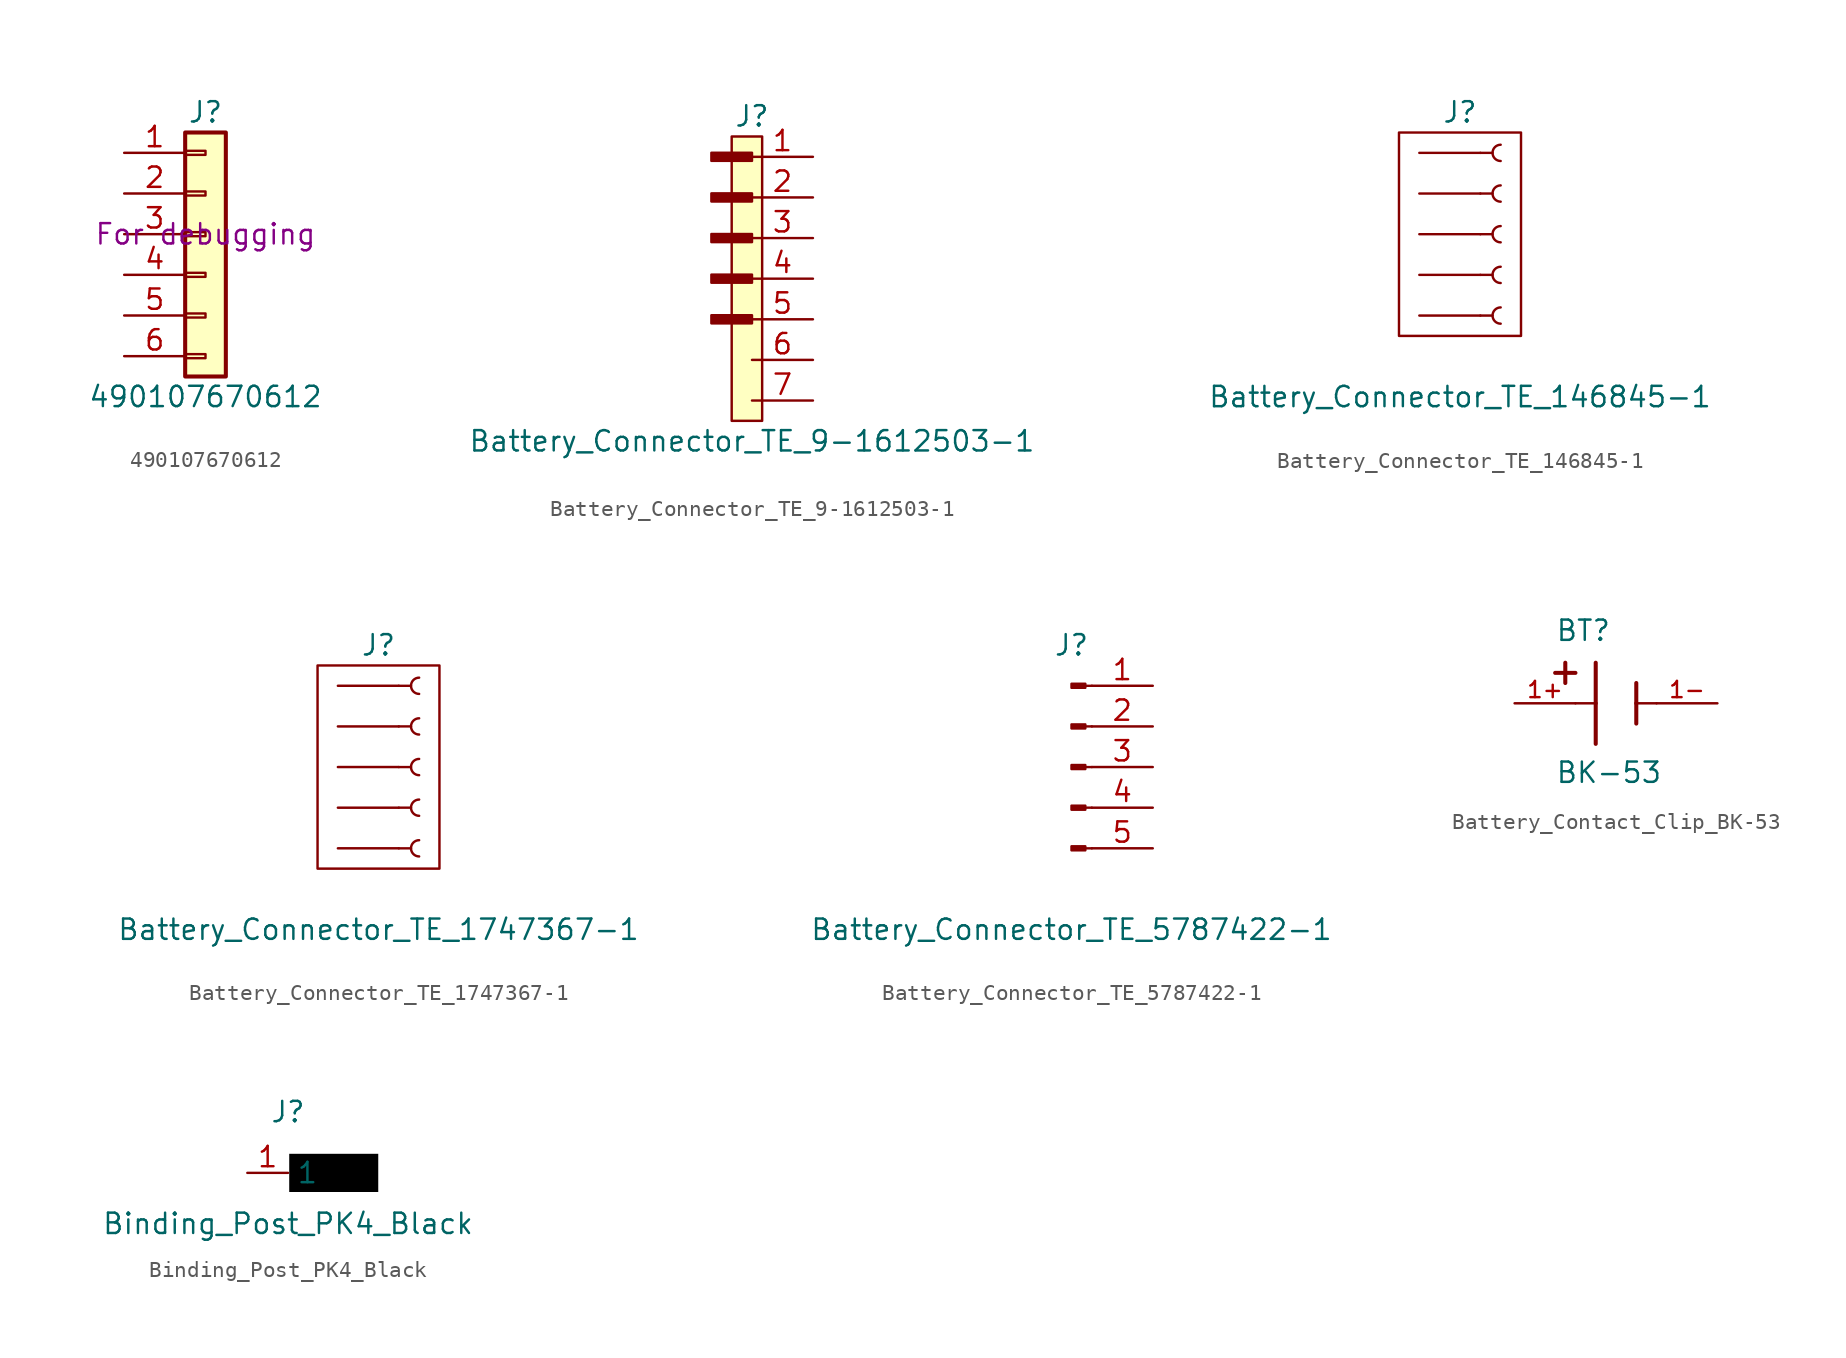
<source format=kicad_sym>
(kicad_symbol_lib
  (version 20220914)
  (generator kicad_symbol_editor)
  (symbol "490107670612"
    (pin_names
      (offset 1.016) hide)
    (property "Reference" "J"
      (at 0 7.62 0)
      (effects (font (size 1.27 1.27))))
    (property "Value" "490107670612"
      (at 0 -10.16 0)
      (effects (font (size 1.27 1.27))))
    (property "Info" "For debugging"
      (at 0 0 0)
      (effects (font (size 1.27 1.27))))
    (symbol "490107670612_1_1"
      (rectangle (start -1.27 -7.493) (end 0 -7.747) (stroke (width 0.152) (type default)) (fill (type none)))
      (rectangle (start -1.27 -4.953) (end 0 -5.207) (stroke (width 0.152) (type default)) (fill (type none)))
      (rectangle (start -1.27 -2.413) (end 0 -2.667) (stroke (width 0.152) (type default)) (fill (type none)))
      (rectangle (start -1.27 0.127) (end 0 -0.127) (stroke (width 0.152) (type default)) (fill (type none)))
      (rectangle (start -1.27 2.667) (end 0 2.413) (stroke (width 0.152) (type default)) (fill (type none)))
      (rectangle (start -1.27 5.207) (end 0 4.953) (stroke (width 0.152) (type default)) (fill (type none)))
      (rectangle (start -1.27 6.35) (end 1.27 -8.89) (stroke (width 0.254) (type default)) (fill (type background)))
      (pin passive line (at -5.08 5.08 0) (length 3.81) (name "Pin_1" (effects (font (size 1.27 1.27)))) (number "1" (effects (font (size 1.27 1.27)))))
      (pin passive line (at -5.08 2.54 0) (length 3.81) (name "Pin_2" (effects (font (size 1.27 1.27)))) (number "2" (effects (font (size 1.27 1.27)))))
      (pin passive line (at -5.08 0 0) (length 3.81) (name "Pin_3" (effects (font (size 1.27 1.27)))) (number "3" (effects (font (size 1.27 1.27)))))
      (pin passive line (at -5.08 -2.54 0) (length 3.81) (name "Pin_4" (effects (font (size 1.27 1.27)))) (number "4" (effects (font (size 1.27 1.27)))))
      (pin passive line (at -5.08 -5.08 0) (length 3.81) (name "Pin_5" (effects (font (size 1.27 1.27)))) (number "5" (effects (font (size 1.27 1.27)))))
      (pin passive line (at -5.08 -7.62 0) (length 3.81) (name "Pin_6" (effects (font (size 1.27 1.27)))) (number "6" (effects (font (size 1.27 1.27)))))))
  (symbol "Battery_Connector_TE_9-1612503-1"
    (pin_names
      (offset 1.016) hide)
    (property "Reference" "J"
      (at 0 10.16 0)
      (effects (font (size 1.27 1.27))))
    (property "Value" "Battery_Connector_TE_9-1612503-1"
      (at 0 -10.16 0)
      (effects (font (size 1.27 1.27))))
    (symbol "Battery_Connector_TE_9-1612503-1_0_1"
      (rectangle (start -1.27 8.89) (end 0.635 -8.89) (stroke (width 0) (type default)) (fill (type background))))
    (symbol "Battery_Connector_TE_9-1612503-1_1_1"
      (rectangle (start -2.54 -2.286) (end 0 -2.794) (stroke (width 0.152) (type default)) (fill (type outline)))
      (rectangle (start -2.54 0.254) (end 0 -0.254) (stroke (width 0.152) (type default)) (fill (type outline)))
      (rectangle (start -2.54 2.794) (end 0 2.286) (stroke (width 0.152) (type default)) (fill (type outline)))
      (rectangle (start -2.54 5.334) (end 0 4.826) (stroke (width 0.152) (type default)) (fill (type outline)))
      (rectangle (start -2.54 7.874) (end 0 7.366) (stroke (width 0.152) (type default)) (fill (type outline)))
      (pin passive line (at 3.81 7.62 180) (length 3.81) (name "Pin_1" (effects (font (size 1.27 1.27)))) (number "1" (effects (font (size 1.27 1.27)))))
      (pin passive line (at 3.81 5.08 180) (length 3.81) (name "Pin_2" (effects (font (size 1.27 1.27)))) (number "2" (effects (font (size 1.27 1.27)))))
      (pin passive line (at 3.81 2.54 180) (length 3.81) (name "Pin_3" (effects (font (size 1.27 1.27)))) (number "3" (effects (font (size 1.27 1.27)))))
      (pin passive line (at 3.81 0 180) (length 3.81) (name "Pin_4" (effects (font (size 1.27 1.27)))) (number "4" (effects (font (size 1.27 1.27)))))
      (pin passive line (at 3.81 -2.54 180) (length 3.81) (name "Pin_5" (effects (font (size 1.27 1.27)))) (number "5" (effects (font (size 1.27 1.27)))))
      (pin passive line (at 3.81 -5.08 180) (length 3.81) (name "MP1" (effects (font (size 1.27 1.27)))) (number "6" (effects (font (size 1.27 1.27)))))
      (pin passive line (at 3.81 -7.62 180) (length 3.81) (name "MP2" (effects (font (size 1.27 1.27)))) (number "7" (effects (font (size 1.27 1.27)))))))
  (symbol "Battery_Connector_TE_146845-1"
    (pin_names
      (offset 1.016) hide)
    (property "Reference" "J"
      (at 0 7.62 0)
      (effects (font (size 1.27 1.27))))
    (property "Value" "Battery_Connector_TE_146845-1"
      (at 0 -10.16 0)
      (effects (font (size 1.27 1.27))))
    (symbol "Battery_Connector_TE_146845-1_0_1"
      (rectangle (start -3.81 6.35) (end 3.81 -6.35) (stroke (width 0) (type default)) (fill (type none)))
      (polyline (pts (xy 1.27 -5.08) (xy -2.54 -5.08)) (stroke (width 0) (type default)) (fill (type none)))
      (polyline (pts (xy 1.27 -2.54) (xy -2.54 -2.54)) (stroke (width 0) (type default)) (fill (type none)))
      (polyline (pts (xy 1.27 0) (xy -2.54 0)) (stroke (width 0) (type default)) (fill (type none)))
      (polyline (pts (xy 1.27 2.54) (xy -2.54 2.54)) (stroke (width 0) (type default)) (fill (type none)))
      (polyline (pts (xy 1.27 5.08) (xy -2.54 5.08)) (stroke (width 0) (type default)) (fill (type none))))
    (symbol "Battery_Connector_TE_146845-1_1_1"
      (polyline (pts (xy 1.27 -5.08) (xy 2.032 -5.08)) (stroke (width 0.152) (type default)) (fill (type none)))
      (polyline (pts (xy 1.27 -2.54) (xy 2.032 -2.54)) (stroke (width 0.152) (type default)) (fill (type none)))
      (polyline (pts (xy 1.27 0) (xy 2.032 0)) (stroke (width 0.152) (type default)) (fill (type none)))
      (polyline (pts (xy 1.27 2.54) (xy 2.032 2.54)) (stroke (width 0.152) (type default)) (fill (type none)))
      (polyline (pts (xy 1.27 5.08) (xy 2.032 5.08)) (stroke (width 0.152) (type default)) (fill (type none)))
      (arc (start 2.54 -4.572) (mid 2.0342 -5.08) (end 2.54 -5.588) (stroke (width 0.1524) (type default)) (fill (type none)))
      (arc (start 2.54 -2.032) (mid 2.0342 -2.54) (end 2.54 -3.048) (stroke (width 0.1524) (type default)) (fill (type none)))
      (arc (start 2.54 0.508) (mid 2.0342 0) (end 2.54 -0.508) (stroke (width 0.1524) (type default)) (fill (type none)))
      (arc (start 2.54 3.048) (mid 2.0342 2.54) (end 2.54 2.032) (stroke (width 0.1524) (type default)) (fill (type none)))
      (arc (start 2.54 5.588) (mid 2.0342 5.08) (end 2.54 4.572) (stroke (width 0.1524) (type default)) (fill (type none)))))
  (symbol "Battery_Connector_TE_1747367-1"
    (pin_names
      (offset 1.016) hide)
    (property "Reference" "J"
      (at 0 7.62 0)
      (effects (font (size 1.27 1.27))))
    (property "Value" "Battery_Connector_TE_1747367-1"
      (at 0 -10.16 0)
      (effects (font (size 1.27 1.27))))
    (symbol "Battery_Connector_TE_1747367-1_0_1"
      (rectangle (start -3.81 6.35) (end 3.81 -6.35) (stroke (width 0) (type default)) (fill (type none)))
      (polyline (pts (xy 1.27 -5.08) (xy -2.54 -5.08)) (stroke (width 0) (type default)) (fill (type none)))
      (polyline (pts (xy 1.27 -2.54) (xy -2.54 -2.54)) (stroke (width 0) (type default)) (fill (type none)))
      (polyline (pts (xy 1.27 0) (xy -2.54 0)) (stroke (width 0) (type default)) (fill (type none)))
      (polyline (pts (xy 1.27 2.54) (xy -2.54 2.54)) (stroke (width 0) (type default)) (fill (type none)))
      (polyline (pts (xy 1.27 5.08) (xy -2.54 5.08)) (stroke (width 0) (type default)) (fill (type none))))
    (symbol "Battery_Connector_TE_1747367-1_1_1"
      (polyline (pts (xy 1.27 -5.08) (xy 2.032 -5.08)) (stroke (width 0.152) (type default)) (fill (type none)))
      (polyline (pts (xy 1.27 -2.54) (xy 2.032 -2.54)) (stroke (width 0.152) (type default)) (fill (type none)))
      (polyline (pts (xy 1.27 0) (xy 2.032 0)) (stroke (width 0.152) (type default)) (fill (type none)))
      (polyline (pts (xy 1.27 2.54) (xy 2.032 2.54)) (stroke (width 0.152) (type default)) (fill (type none)))
      (polyline (pts (xy 1.27 5.08) (xy 2.032 5.08)) (stroke (width 0.152) (type default)) (fill (type none)))
      (arc (start 2.54 -4.572) (mid 2.0342 -5.08) (end 2.54 -5.588) (stroke (width 0.1524) (type default)) (fill (type none)))
      (arc (start 2.54 -2.032) (mid 2.0342 -2.54) (end 2.54 -3.048) (stroke (width 0.1524) (type default)) (fill (type none)))
      (arc (start 2.54 0.508) (mid 2.0342 0) (end 2.54 -0.508) (stroke (width 0.1524) (type default)) (fill (type none)))
      (arc (start 2.54 3.048) (mid 2.0342 2.54) (end 2.54 2.032) (stroke (width 0.1524) (type default)) (fill (type none)))
      (arc (start 2.54 5.588) (mid 2.0342 5.08) (end 2.54 4.572) (stroke (width 0.1524) (type default)) (fill (type none)))))
  (symbol "Battery_Connector_TE_5787422-1"
    (pin_names
      (offset 1.016) hide)
    (property "Reference" "J"
      (at 0 7.62 0)
      (effects (font (size 1.27 1.27))))
    (property "Value" "Battery_Connector_TE_5787422-1"
      (at 0 -10.16 0)
      (effects (font (size 1.27 1.27))))
    (symbol "Battery_Connector_TE_5787422-1_1_1"
      (polyline (pts (xy 1.27 -5.08) (xy 0.864 -5.08)) (stroke (width 0.152) (type default)) (fill (type none)))
      (polyline (pts (xy 1.27 -2.54) (xy 0.864 -2.54)) (stroke (width 0.152) (type default)) (fill (type none)))
      (polyline (pts (xy 1.27 0) (xy 0.864 0)) (stroke (width 0.152) (type default)) (fill (type none)))
      (polyline (pts (xy 1.27 2.54) (xy 0.864 2.54)) (stroke (width 0.152) (type default)) (fill (type none)))
      (polyline (pts (xy 1.27 5.08) (xy 0.864 5.08)) (stroke (width 0.152) (type default)) (fill (type none)))
      (rectangle (start 0.864 -4.953) (end 0 -5.207) (stroke (width 0.152) (type default)) (fill (type outline)))
      (rectangle (start 0.864 -2.413) (end 0 -2.667) (stroke (width 0.152) (type default)) (fill (type outline)))
      (rectangle (start 0.864 0.127) (end 0 -0.127) (stroke (width 0.152) (type default)) (fill (type outline)))
      (rectangle (start 0.864 2.667) (end 0 2.413) (stroke (width 0.152) (type default)) (fill (type outline)))
      (rectangle (start 0.864 5.207) (end 0 4.953) (stroke (width 0.152) (type default)) (fill (type outline)))
      (pin passive line (at 5.08 5.08 180) (length 3.81) (name "Pin_1" (effects (font (size 1.27 1.27)))) (number "1" (effects (font (size 1.27 1.27)))))
      (pin passive line (at 5.08 2.54 180) (length 3.81) (name "Pin_2" (effects (font (size 1.27 1.27)))) (number "2" (effects (font (size 1.27 1.27)))))
      (pin passive line (at 5.08 0 180) (length 3.81) (name "Pin_3" (effects (font (size 1.27 1.27)))) (number "3" (effects (font (size 1.27 1.27)))))
      (pin passive line (at 5.08 -2.54 180) (length 3.81) (name "Pin_4" (effects (font (size 1.27 1.27)))) (number "4" (effects (font (size 1.27 1.27)))))
      (pin passive line (at 5.08 -5.08 180) (length 3.81) (name "Pin_5" (effects (font (size 1.27 1.27)))) (number "5" (effects (font (size 1.27 1.27)))))))
  (symbol "Battery_Contact_Clip_BK-53"
    (pin_names
      (offset 1.016))
    (property "Reference" "BT"
      (at -3.81 3.81 0)
      (effects (font (size 1.27 1.27)) (justify left bottom)))
    (property "Value" "BK-53"
      (at -3.81 -5.08 0)
      (effects (font (size 1.27 1.27)) (justify left bottom)))
    (symbol "Battery_Contact_Clip_BK-53_0_0"
      (polyline (pts (xy -3.81 1.905) (xy -2.54 1.905)) (stroke (width 0.254) (type default)) (fill (type none)))
      (polyline (pts (xy -3.175 2.54) (xy -3.175 1.27)) (stroke (width 0.254) (type default)) (fill (type none)))
      (polyline (pts (xy -1.27 0) (xy -2.54 0)) (stroke (width 0.152) (type default)) (fill (type none)))
      (polyline (pts (xy -1.27 0) (xy -1.27 -2.54)) (stroke (width 0.254) (type default)) (fill (type none)))
      (polyline (pts (xy -1.27 2.54) (xy -1.27 0)) (stroke (width 0.254) (type default)) (fill (type none)))
      (polyline (pts (xy 1.27 0) (xy 1.27 -1.27)) (stroke (width 0.254) (type default)) (fill (type none)))
      (polyline (pts (xy 1.27 0) (xy 2.54 0)) (stroke (width 0.152) (type default)) (fill (type none)))
      (polyline (pts (xy 1.27 1.27) (xy 1.27 0)) (stroke (width 0.254) (type default)) (fill (type none))))
    (symbol "Battery_Contact_Clip_BK-53_1_0"
      (pin passive line (at -6.35 0 0) (length 3.81) (name "~" (effects (font (size 1.016 1.016)))) (number "1+" (effects (font (size 1.016 1.016)))))
      (pin passive line (at 6.35 0 180) (length 3.81) (name "~" (effects (font (size 1.016 1.016)))) (number "1-" (effects (font (size 1.016 1.016)))))
      (pin passive line (at -6.35 0 0) (length 3.81) hide (name "~" (effects (font (size 1.016 1.016)))) (number "2+" (effects (font (size 1.016 1.016)))))
      (pin passive line (at 6.35 0 180) (length 3.81) hide (name "~" (effects (font (size 1.016 1.016)))) (number "2-" (effects (font (size 1.016 1.016)))))))
  (symbol "Binding_Post_PK4_Black"
    (property "Reference" "J"
      (at 0 3.81 0)
      (effects (font (size 1.27 1.27))))
    (property "Value" "Binding_Post_PK4_Black"
      (at 0 -3.175 0)
      (effects (font (size 1.27 1.27))))
    (symbol "Binding_Post_PK4_Black_1_0"
      (pin passive line (at -2.54 0 0) (length 2.54) (name "1" (effects (font (size 1.27 1.27)))) (number "1" (effects (font (size 1.27 1.27))))))
    (symbol "Binding_Post_PK4_Black_1_1"
      (rectangle (start 0 1.27) (end 5.715 -1.27) (stroke (width 0) (type default) (color 255 255 255 1)) (fill (type color) (color 0 0 0 1))))))
</source>
